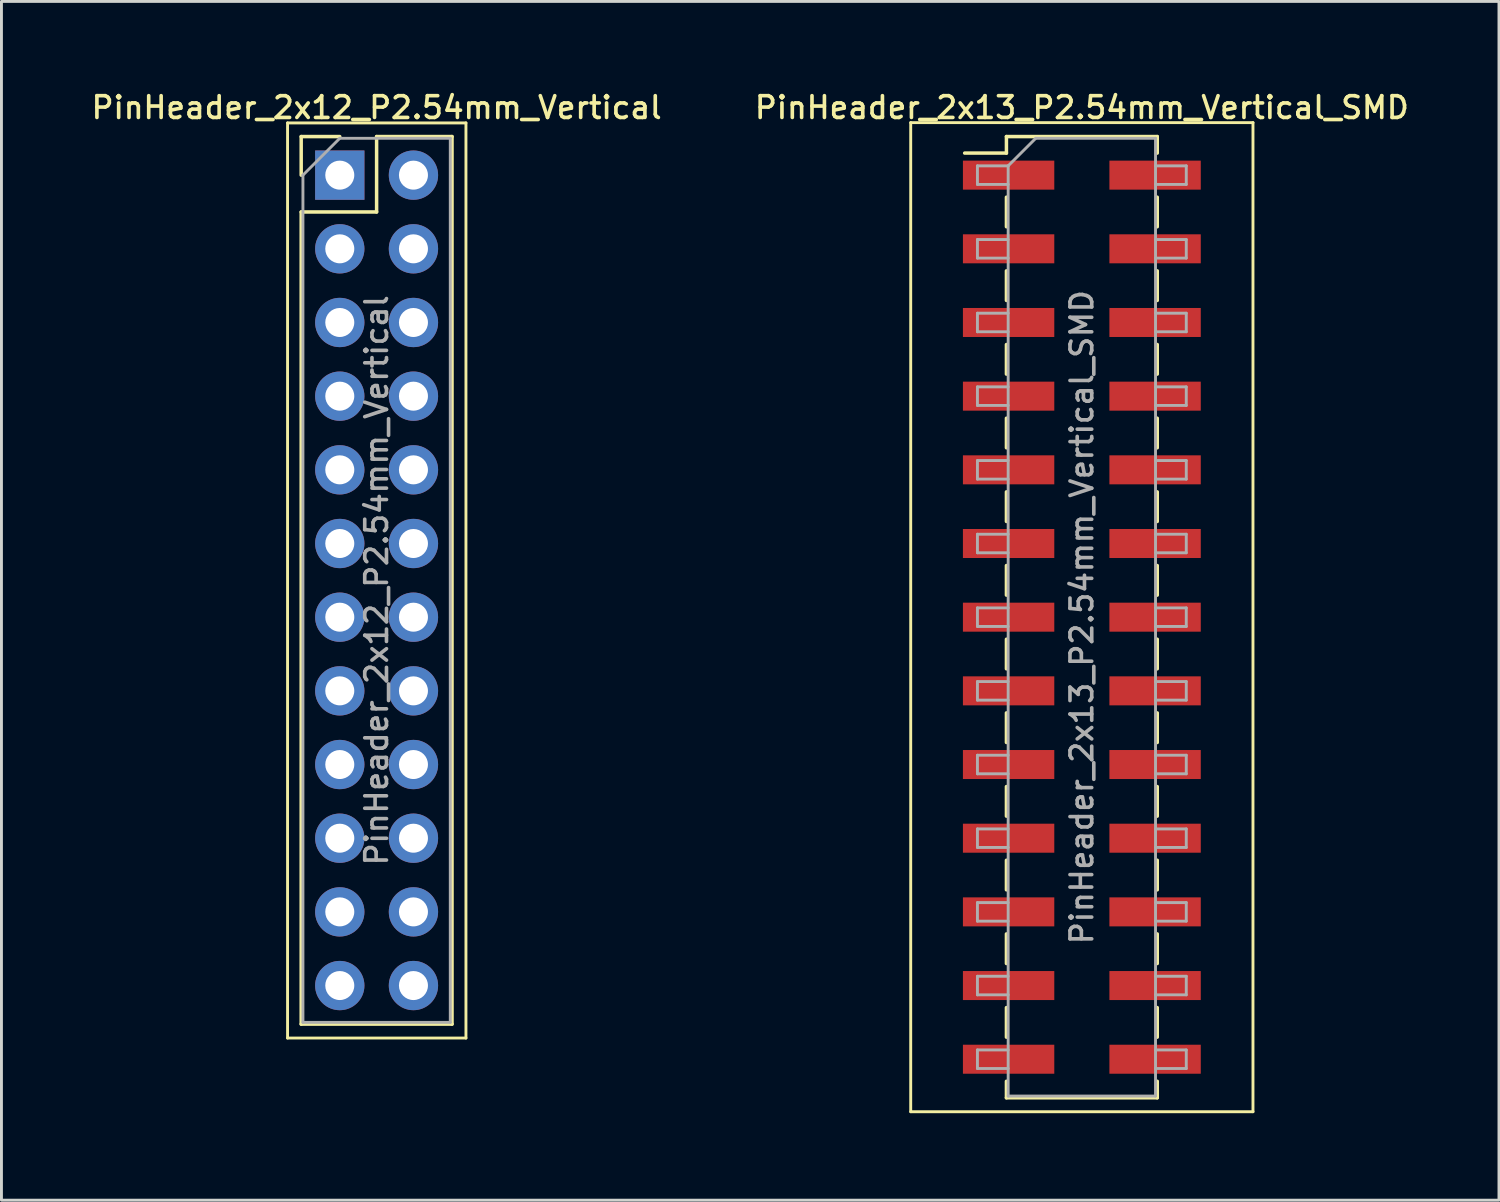
<source format=kicad_pcb>
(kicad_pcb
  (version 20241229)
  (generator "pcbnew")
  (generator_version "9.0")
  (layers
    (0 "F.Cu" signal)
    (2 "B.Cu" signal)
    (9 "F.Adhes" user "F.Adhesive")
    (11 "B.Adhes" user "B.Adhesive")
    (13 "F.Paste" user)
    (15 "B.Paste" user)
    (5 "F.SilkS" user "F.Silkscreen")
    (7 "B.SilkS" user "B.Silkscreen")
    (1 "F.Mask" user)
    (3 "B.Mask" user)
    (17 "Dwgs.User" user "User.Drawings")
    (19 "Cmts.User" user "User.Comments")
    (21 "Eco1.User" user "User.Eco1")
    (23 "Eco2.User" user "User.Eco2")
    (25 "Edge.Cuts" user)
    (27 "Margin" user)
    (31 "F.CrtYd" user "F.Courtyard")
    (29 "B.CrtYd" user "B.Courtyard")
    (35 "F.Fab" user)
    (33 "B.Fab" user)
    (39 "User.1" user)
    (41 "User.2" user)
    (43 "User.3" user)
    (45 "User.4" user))
  (footprint "PinHeader_2x13_P2.54mm_Vertical_SMD"
    (layer "F.Cu")
    (at 34.248 18.228)
    (property "Reference" "PinHeader_2x13_P2.54mm_Vertical_SMD" (at 0 -17.57 0) (layer "F.SilkS") (effects (font (size 0.75 0.75) (thickness 0.125))))
    (attr smd)
    (fp_line (start -5.9 -17.05) (end -5.9 17.05) (stroke (width 0.1) (type solid)) (layer "F.SilkS"))
    (fp_line (start -5.9 17.05) (end 5.9 17.05) (stroke (width 0.1) (type solid)) (layer "F.SilkS"))
    (fp_line (start -4.04 -16) (end -2.6 -16) (stroke (width 0.12) (type solid)) (layer "F.SilkS"))
    (fp_line (start -2.6 -16.57) (end -2.6 -16) (stroke (width 0.12) (type solid)) (layer "F.SilkS"))
    (fp_line (start -2.6 -16.57) (end 2.6 -16.57) (stroke (width 0.12) (type solid)) (layer "F.SilkS"))
    (fp_line (start -2.6 -14.48) (end -2.6 -13.46) (stroke (width 0.12) (type solid)) (layer "F.SilkS"))
    (fp_line (start -2.6 -11.94) (end -2.6 -10.92) (stroke (width 0.12) (type solid)) (layer "F.SilkS"))
    (fp_line (start -2.6 -9.4) (end -2.6 -8.38) (stroke (width 0.12) (type solid)) (layer "F.SilkS"))
    (fp_line (start -2.6 -6.86) (end -2.6 -5.84) (stroke (width 0.12) (type solid)) (layer "F.SilkS"))
    (fp_line (start -2.6 -4.32) (end -2.6 -3.3) (stroke (width 0.12) (type solid)) (layer "F.SilkS"))
    (fp_line (start -2.6 -1.78) (end -2.6 -0.76) (stroke (width 0.12) (type solid)) (layer "F.SilkS"))
    (fp_line (start -2.6 0.76) (end -2.6 1.78) (stroke (width 0.12) (type solid)) (layer "F.SilkS"))
    (fp_line (start -2.6 3.3) (end -2.6 4.32) (stroke (width 0.12) (type solid)) (layer "F.SilkS"))
    (fp_line (start -2.6 5.84) (end -2.6 6.86) (stroke (width 0.12) (type solid)) (layer "F.SilkS"))
    (fp_line (start -2.6 8.38) (end -2.6 9.4) (stroke (width 0.12) (type solid)) (layer "F.SilkS"))
    (fp_line (start -2.6 10.92) (end -2.6 11.94) (stroke (width 0.12) (type solid)) (layer "F.SilkS"))
    (fp_line (start -2.6 13.46) (end -2.6 14.48) (stroke (width 0.12) (type solid)) (layer "F.SilkS"))
    (fp_line (start -2.6 16) (end -2.6 16.57) (stroke (width 0.12) (type solid)) (layer "F.SilkS"))
    (fp_line (start -2.6 16.57) (end 2.6 16.57) (stroke (width 0.12) (type solid)) (layer "F.SilkS"))
    (fp_line (start 2.6 -16.57) (end 2.6 -16) (stroke (width 0.12) (type solid)) (layer "F.SilkS"))
    (fp_line (start 2.6 -14.48) (end 2.6 -13.46) (stroke (width 0.12) (type solid)) (layer "F.SilkS"))
    (fp_line (start 2.6 -11.94) (end 2.6 -10.92) (stroke (width 0.12) (type solid)) (layer "F.SilkS"))
    (fp_line (start 2.6 -9.4) (end 2.6 -8.38) (stroke (width 0.12) (type solid)) (layer "F.SilkS"))
    (fp_line (start 2.6 -6.86) (end 2.6 -5.84) (stroke (width 0.12) (type solid)) (layer "F.SilkS"))
    (fp_line (start 2.6 -4.32) (end 2.6 -3.3) (stroke (width 0.12) (type solid)) (layer "F.SilkS"))
    (fp_line (start 2.6 -1.78) (end 2.6 -0.76) (stroke (width 0.12) (type solid)) (layer "F.SilkS"))
    (fp_line (start 2.6 0.76) (end 2.6 1.78) (stroke (width 0.12) (type solid)) (layer "F.SilkS"))
    (fp_line (start 2.6 3.3) (end 2.6 4.32) (stroke (width 0.12) (type solid)) (layer "F.SilkS"))
    (fp_line (start 2.6 5.84) (end 2.6 6.86) (stroke (width 0.12) (type solid)) (layer "F.SilkS"))
    (fp_line (start 2.6 8.38) (end 2.6 9.4) (stroke (width 0.12) (type solid)) (layer "F.SilkS"))
    (fp_line (start 2.6 10.92) (end 2.6 11.94) (stroke (width 0.12) (type solid)) (layer "F.SilkS"))
    (fp_line (start 2.6 13.46) (end 2.6 14.48) (stroke (width 0.12) (type solid)) (layer "F.SilkS"))
    (fp_line (start 2.6 16) (end 2.6 16.57) (stroke (width 0.12) (type solid)) (layer "F.SilkS"))
    (fp_line (start 5.9 -17.05) (end -5.9 -17.05) (stroke (width 0.1) (type solid)) (layer "F.SilkS"))
    (fp_line (start 5.9 17.05) (end 5.9 -17.05) (stroke (width 0.1) (type solid)) (layer "F.SilkS"))
    (fp_line (start -3.6 -15.56) (end -3.6 -14.92) (stroke (width 0.1) (type solid)) (layer "F.Fab"))
    (fp_line (start -3.6 -14.92) (end -2.54 -14.92) (stroke (width 0.1) (type solid)) (layer "F.Fab"))
    (fp_line (start -3.6 -13.02) (end -3.6 -12.38) (stroke (width 0.1) (type solid)) (layer "F.Fab"))
    (fp_line (start -3.6 -12.38) (end -2.54 -12.38) (stroke (width 0.1) (type solid)) (layer "F.Fab"))
    (fp_line (start -3.6 -10.48) (end -3.6 -9.84) (stroke (width 0.1) (type solid)) (layer "F.Fab"))
    (fp_line (start -3.6 -9.84) (end -2.54 -9.84) (stroke (width 0.1) (type solid)) (layer "F.Fab"))
    (fp_line (start -3.6 -7.94) (end -3.6 -7.3) (stroke (width 0.1) (type solid)) (layer "F.Fab"))
    (fp_line (start -3.6 -7.3) (end -2.54 -7.3) (stroke (width 0.1) (type solid)) (layer "F.Fab"))
    (fp_line (start -3.6 -5.4) (end -3.6 -4.76) (stroke (width 0.1) (type solid)) (layer "F.Fab"))
    (fp_line (start -3.6 -4.76) (end -2.54 -4.76) (stroke (width 0.1) (type solid)) (layer "F.Fab"))
    (fp_line (start -3.6 -2.86) (end -3.6 -2.22) (stroke (width 0.1) (type solid)) (layer "F.Fab"))
    (fp_line (start -3.6 -2.22) (end -2.54 -2.22) (stroke (width 0.1) (type solid)) (layer "F.Fab"))
    (fp_line (start -3.6 -0.32) (end -3.6 0.32) (stroke (width 0.1) (type solid)) (layer "F.Fab"))
    (fp_line (start -3.6 0.32) (end -2.54 0.32) (stroke (width 0.1) (type solid)) (layer "F.Fab"))
    (fp_line (start -3.6 2.22) (end -3.6 2.86) (stroke (width 0.1) (type solid)) (layer "F.Fab"))
    (fp_line (start -3.6 2.86) (end -2.54 2.86) (stroke (width 0.1) (type solid)) (layer "F.Fab"))
    (fp_line (start -3.6 4.76) (end -3.6 5.4) (stroke (width 0.1) (type solid)) (layer "F.Fab"))
    (fp_line (start -3.6 5.4) (end -2.54 5.4) (stroke (width 0.1) (type solid)) (layer "F.Fab"))
    (fp_line (start -3.6 7.3) (end -3.6 7.94) (stroke (width 0.1) (type solid)) (layer "F.Fab"))
    (fp_line (start -3.6 7.94) (end -2.54 7.94) (stroke (width 0.1) (type solid)) (layer "F.Fab"))
    (fp_line (start -3.6 9.84) (end -3.6 10.48) (stroke (width 0.1) (type solid)) (layer "F.Fab"))
    (fp_line (start -3.6 10.48) (end -2.54 10.48) (stroke (width 0.1) (type solid)) (layer "F.Fab"))
    (fp_line (start -3.6 12.38) (end -3.6 13.02) (stroke (width 0.1) (type solid)) (layer "F.Fab"))
    (fp_line (start -3.6 13.02) (end -2.54 13.02) (stroke (width 0.1) (type solid)) (layer "F.Fab"))
    (fp_line (start -3.6 14.92) (end -3.6 15.56) (stroke (width 0.1) (type solid)) (layer "F.Fab"))
    (fp_line (start -3.6 15.56) (end -2.54 15.56) (stroke (width 0.1) (type solid)) (layer "F.Fab"))
    (fp_line (start -2.54 -15.56) (end -3.6 -15.56) (stroke (width 0.1) (type solid)) (layer "F.Fab"))
    (fp_line (start -2.54 -15.56) (end -1.59 -16.51) (stroke (width 0.1) (type solid)) (layer "F.Fab"))
    (fp_line (start -2.54 -13.02) (end -3.6 -13.02) (stroke (width 0.1) (type solid)) (layer "F.Fab"))
    (fp_line (start -2.54 -10.48) (end -3.6 -10.48) (stroke (width 0.1) (type solid)) (layer "F.Fab"))
    (fp_line (start -2.54 -7.94) (end -3.6 -7.94) (stroke (width 0.1) (type solid)) (layer "F.Fab"))
    (fp_line (start -2.54 -5.4) (end -3.6 -5.4) (stroke (width 0.1) (type solid)) (layer "F.Fab"))
    (fp_line (start -2.54 -2.86) (end -3.6 -2.86) (stroke (width 0.1) (type solid)) (layer "F.Fab"))
    (fp_line (start -2.54 -0.32) (end -3.6 -0.32) (stroke (width 0.1) (type solid)) (layer "F.Fab"))
    (fp_line (start -2.54 2.22) (end -3.6 2.22) (stroke (width 0.1) (type solid)) (layer "F.Fab"))
    (fp_line (start -2.54 4.76) (end -3.6 4.76) (stroke (width 0.1) (type solid)) (layer "F.Fab"))
    (fp_line (start -2.54 7.3) (end -3.6 7.3) (stroke (width 0.1) (type solid)) (layer "F.Fab"))
    (fp_line (start -2.54 9.84) (end -3.6 9.84) (stroke (width 0.1) (type solid)) (layer "F.Fab"))
    (fp_line (start -2.54 12.38) (end -3.6 12.38) (stroke (width 0.1) (type solid)) (layer "F.Fab"))
    (fp_line (start -2.54 14.92) (end -3.6 14.92) (stroke (width 0.1) (type solid)) (layer "F.Fab"))
    (fp_line (start -2.54 16.51) (end -2.54 -15.56) (stroke (width 0.1) (type solid)) (layer "F.Fab"))
    (fp_line (start -1.59 -16.51) (end 2.54 -16.51) (stroke (width 0.1) (type solid)) (layer "F.Fab"))
    (fp_line (start 2.54 -16.51) (end 2.54 16.51) (stroke (width 0.1) (type solid)) (layer "F.Fab"))
    (fp_line (start 2.54 -15.56) (end 3.6 -15.56) (stroke (width 0.1) (type solid)) (layer "F.Fab"))
    (fp_line (start 2.54 -13.02) (end 3.6 -13.02) (stroke (width 0.1) (type solid)) (layer "F.Fab"))
    (fp_line (start 2.54 -10.48) (end 3.6 -10.48) (stroke (width 0.1) (type solid)) (layer "F.Fab"))
    (fp_line (start 2.54 -7.94) (end 3.6 -7.94) (stroke (width 0.1) (type solid)) (layer "F.Fab"))
    (fp_line (start 2.54 -5.4) (end 3.6 -5.4) (stroke (width 0.1) (type solid)) (layer "F.Fab"))
    (fp_line (start 2.54 -2.86) (end 3.6 -2.86) (stroke (width 0.1) (type solid)) (layer "F.Fab"))
    (fp_line (start 2.54 -0.32) (end 3.6 -0.32) (stroke (width 0.1) (type solid)) (layer "F.Fab"))
    (fp_line (start 2.54 2.22) (end 3.6 2.22) (stroke (width 0.1) (type solid)) (layer "F.Fab"))
    (fp_line (start 2.54 4.76) (end 3.6 4.76) (stroke (width 0.1) (type solid)) (layer "F.Fab"))
    (fp_line (start 2.54 7.3) (end 3.6 7.3) (stroke (width 0.1) (type solid)) (layer "F.Fab"))
    (fp_line (start 2.54 9.84) (end 3.6 9.84) (stroke (width 0.1) (type solid)) (layer "F.Fab"))
    (fp_line (start 2.54 12.38) (end 3.6 12.38) (stroke (width 0.1) (type solid)) (layer "F.Fab"))
    (fp_line (start 2.54 14.92) (end 3.6 14.92) (stroke (width 0.1) (type solid)) (layer "F.Fab"))
    (fp_line (start 2.54 16.51) (end -2.54 16.51) (stroke (width 0.1) (type solid)) (layer "F.Fab"))
    (fp_line (start 3.6 -15.56) (end 3.6 -14.92) (stroke (width 0.1) (type solid)) (layer "F.Fab"))
    (fp_line (start 3.6 -14.92) (end 2.54 -14.92) (stroke (width 0.1) (type solid)) (layer "F.Fab"))
    (fp_line (start 3.6 -13.02) (end 3.6 -12.38) (stroke (width 0.1) (type solid)) (layer "F.Fab"))
    (fp_line (start 3.6 -12.38) (end 2.54 -12.38) (stroke (width 0.1) (type solid)) (layer "F.Fab"))
    (fp_line (start 3.6 -10.48) (end 3.6 -9.84) (stroke (width 0.1) (type solid)) (layer "F.Fab"))
    (fp_line (start 3.6 -9.84) (end 2.54 -9.84) (stroke (width 0.1) (type solid)) (layer "F.Fab"))
    (fp_line (start 3.6 -7.94) (end 3.6 -7.3) (stroke (width 0.1) (type solid)) (layer "F.Fab"))
    (fp_line (start 3.6 -7.3) (end 2.54 -7.3) (stroke (width 0.1) (type solid)) (layer "F.Fab"))
    (fp_line (start 3.6 -5.4) (end 3.6 -4.76) (stroke (width 0.1) (type solid)) (layer "F.Fab"))
    (fp_line (start 3.6 -4.76) (end 2.54 -4.76) (stroke (width 0.1) (type solid)) (layer "F.Fab"))
    (fp_line (start 3.6 -2.86) (end 3.6 -2.22) (stroke (width 0.1) (type solid)) (layer "F.Fab"))
    (fp_line (start 3.6 -2.22) (end 2.54 -2.22) (stroke (width 0.1) (type solid)) (layer "F.Fab"))
    (fp_line (start 3.6 -0.32) (end 3.6 0.32) (stroke (width 0.1) (type solid)) (layer "F.Fab"))
    (fp_line (start 3.6 0.32) (end 2.54 0.32) (stroke (width 0.1) (type solid)) (layer "F.Fab"))
    (fp_line (start 3.6 2.22) (end 3.6 2.86) (stroke (width 0.1) (type solid)) (layer "F.Fab"))
    (fp_line (start 3.6 2.86) (end 2.54 2.86) (stroke (width 0.1) (type solid)) (layer "F.Fab"))
    (fp_line (start 3.6 4.76) (end 3.6 5.4) (stroke (width 0.1) (type solid)) (layer "F.Fab"))
    (fp_line (start 3.6 5.4) (end 2.54 5.4) (stroke (width 0.1) (type solid)) (layer "F.Fab"))
    (fp_line (start 3.6 7.3) (end 3.6 7.94) (stroke (width 0.1) (type solid)) (layer "F.Fab"))
    (fp_line (start 3.6 7.94) (end 2.54 7.94) (stroke (width 0.1) (type solid)) (layer "F.Fab"))
    (fp_line (start 3.6 9.84) (end 3.6 10.48) (stroke (width 0.1) (type solid)) (layer "F.Fab"))
    (fp_line (start 3.6 10.48) (end 2.54 10.48) (stroke (width 0.1) (type solid)) (layer "F.Fab"))
    (fp_line (start 3.6 12.38) (end 3.6 13.02) (stroke (width 0.1) (type solid)) (layer "F.Fab"))
    (fp_line (start 3.6 13.02) (end 2.54 13.02) (stroke (width 0.1) (type solid)) (layer "F.Fab"))
    (fp_line (start 3.6 14.92) (end 3.6 15.56) (stroke (width 0.1) (type solid)) (layer "F.Fab"))
    (fp_line (start 3.6 15.56) (end 2.54 15.56) (stroke (width 0.1) (type solid)) (layer "F.Fab"))
    (fp_text user "${REFERENCE}" (at 0 0 90) (layer "F.Fab") (effects (font (size 0.75 0.75) (thickness 0.125))))
    (pad "1" smd rect (at -2.525 -15.24) (size 3.15 1) (layers "F.Cu" "F.Mask" "F.Paste"))
    (pad "2" smd rect (at 2.525 -15.24) (size 3.15 1) (layers "F.Cu" "F.Mask" "F.Paste"))
    (pad "3" smd rect (at -2.525 -12.7) (size 3.15 1) (layers "F.Cu" "F.Mask" "F.Paste"))
    (pad "4" smd rect (at 2.525 -12.7) (size 3.15 1) (layers "F.Cu" "F.Mask" "F.Paste"))
    (pad "5" smd rect (at -2.525 -10.16) (size 3.15 1) (layers "F.Cu" "F.Mask" "F.Paste"))
    (pad "6" smd rect (at 2.525 -10.16) (size 3.15 1) (layers "F.Cu" "F.Mask" "F.Paste"))
    (pad "7" smd rect (at -2.525 -7.62) (size 3.15 1) (layers "F.Cu" "F.Mask" "F.Paste"))
    (pad "8" smd rect (at 2.525 -7.62) (size 3.15 1) (layers "F.Cu" "F.Mask" "F.Paste"))
    (pad "9" smd rect (at -2.525 -5.08) (size 3.15 1) (layers "F.Cu" "F.Mask" "F.Paste"))
    (pad "10" smd rect (at 2.525 -5.08) (size 3.15 1) (layers "F.Cu" "F.Mask" "F.Paste"))
    (pad "11" smd rect (at -2.525 -2.54) (size 3.15 1) (layers "F.Cu" "F.Mask" "F.Paste"))
    (pad "12" smd rect (at 2.525 -2.54) (size 3.15 1) (layers "F.Cu" "F.Mask" "F.Paste"))
    (pad "13" smd rect (at -2.525 0) (size 3.15 1) (layers "F.Cu" "F.Mask" "F.Paste"))
    (pad "14" smd rect (at 2.525 0) (size 3.15 1) (layers "F.Cu" "F.Mask" "F.Paste"))
    (pad "15" smd rect (at -2.525 2.54) (size 3.15 1) (layers "F.Cu" "F.Mask" "F.Paste"))
    (pad "16" smd rect (at 2.525 2.54) (size 3.15 1) (layers "F.Cu" "F.Mask" "F.Paste"))
    (pad "17" smd rect (at -2.525 5.08) (size 3.15 1) (layers "F.Cu" "F.Mask" "F.Paste"))
    (pad "18" smd rect (at 2.525 5.08) (size 3.15 1) (layers "F.Cu" "F.Mask" "F.Paste"))
    (pad "19" smd rect (at -2.525 7.62) (size 3.15 1) (layers "F.Cu" "F.Mask" "F.Paste"))
    (pad "20" smd rect (at 2.525 7.62) (size 3.15 1) (layers "F.Cu" "F.Mask" "F.Paste"))
    (pad "21" smd rect (at -2.525 10.16) (size 3.15 1) (layers "F.Cu" "F.Mask" "F.Paste"))
    (pad "22" smd rect (at 2.525 10.16) (size 3.15 1) (layers "F.Cu" "F.Mask" "F.Paste"))
    (pad "23" smd rect (at -2.525 12.7) (size 3.15 1) (layers "F.Cu" "F.Mask" "F.Paste"))
    (pad "24" smd rect (at 2.525 12.7) (size 3.15 1) (layers "F.Cu" "F.Mask" "F.Paste"))
    (pad "25" smd rect (at -2.525 15.24) (size 3.15 1) (layers "F.Cu" "F.Mask" "F.Paste"))
    (pad "26" smd rect (at 2.525 15.24) (size 3.15 1) (layers "F.Cu" "F.Mask" "F.Paste")))
  (footprint "PinHeader_2x12_P2.54mm_Vertical"
    (layer "F.Cu")
    (at 8.664 2.988)
    (property "Reference" "PinHeader_2x12_P2.54mm_Vertical" (at 1.27 -2.33 0) (layer "F.SilkS") (effects (font (size 0.75 0.75) (thickness 0.125))))
    (attr through_hole)
    (fp_line (start -1.8 -1.8) (end -1.8 29.75) (stroke (width 0.1) (type solid)) (layer "F.SilkS"))
    (fp_line (start -1.8 29.75) (end 4.35 29.75) (stroke (width 0.1) (type solid)) (layer "F.SilkS"))
    (fp_line (start -1.33 -1.33) (end 0 -1.33) (stroke (width 0.12) (type solid)) (layer "F.SilkS"))
    (fp_line (start -1.33 0) (end -1.33 -1.33) (stroke (width 0.12) (type solid)) (layer "F.SilkS"))
    (fp_line (start -1.33 1.27) (end -1.33 29.27) (stroke (width 0.12) (type solid)) (layer "F.SilkS"))
    (fp_line (start -1.33 1.27) (end 1.27 1.27) (stroke (width 0.12) (type solid)) (layer "F.SilkS"))
    (fp_line (start -1.33 29.27) (end 3.87 29.27) (stroke (width 0.12) (type solid)) (layer "F.SilkS"))
    (fp_line (start 1.27 -1.33) (end 3.87 -1.33) (stroke (width 0.12) (type solid)) (layer "F.SilkS"))
    (fp_line (start 1.27 1.27) (end 1.27 -1.33) (stroke (width 0.12) (type solid)) (layer "F.SilkS"))
    (fp_line (start 3.87 -1.33) (end 3.87 29.27) (stroke (width 0.12) (type solid)) (layer "F.SilkS"))
    (fp_line (start 4.35 -1.8) (end -1.8 -1.8) (stroke (width 0.1) (type solid)) (layer "F.SilkS"))
    (fp_line (start 4.35 29.75) (end 4.35 -1.8) (stroke (width 0.1) (type solid)) (layer "F.SilkS"))
    (fp_line (start -1.27 0) (end 0 -1.27) (stroke (width 0.1) (type solid)) (layer "F.Fab"))
    (fp_line (start -1.27 29.21) (end -1.27 0) (stroke (width 0.1) (type solid)) (layer "F.Fab"))
    (fp_line (start 0 -1.27) (end 3.81 -1.27) (stroke (width 0.1) (type solid)) (layer "F.Fab"))
    (fp_line (start 3.81 -1.27) (end 3.81 29.21) (stroke (width 0.1) (type solid)) (layer "F.Fab"))
    (fp_line (start 3.81 29.21) (end -1.27 29.21) (stroke (width 0.1) (type solid)) (layer "F.Fab"))
    (fp_text user "${REFERENCE}" (at 1.27 13.97 90) (layer "F.Fab") (effects (font (size 0.75 0.75) (thickness 0.125))))
    (pad "1" thru_hole rect (at 0 0) (size 1.7 1.7) (drill 1) (layers "*.Cu" "*.Mask"))
    (pad "2" thru_hole oval (at 2.54 0) (size 1.7 1.7) (drill 1) (layers "*.Cu" "*.Mask"))
    (pad "3" thru_hole oval (at 0 2.54) (size 1.7 1.7) (drill 1) (layers "*.Cu" "*.Mask"))
    (pad "4" thru_hole oval (at 2.54 2.54) (size 1.7 1.7) (drill 1) (layers "*.Cu" "*.Mask"))
    (pad "5" thru_hole oval (at 0 5.08) (size 1.7 1.7) (drill 1) (layers "*.Cu" "*.Mask"))
    (pad "6" thru_hole oval (at 2.54 5.08) (size 1.7 1.7) (drill 1) (layers "*.Cu" "*.Mask"))
    (pad "7" thru_hole oval (at 0 7.62) (size 1.7 1.7) (drill 1) (layers "*.Cu" "*.Mask"))
    (pad "8" thru_hole oval (at 2.54 7.62) (size 1.7 1.7) (drill 1) (layers "*.Cu" "*.Mask"))
    (pad "9" thru_hole oval (at 0 10.16) (size 1.7 1.7) (drill 1) (layers "*.Cu" "*.Mask"))
    (pad "10" thru_hole oval (at 2.54 10.16) (size 1.7 1.7) (drill 1) (layers "*.Cu" "*.Mask"))
    (pad "11" thru_hole oval (at 0 12.7) (size 1.7 1.7) (drill 1) (layers "*.Cu" "*.Mask"))
    (pad "12" thru_hole oval (at 2.54 12.7) (size 1.7 1.7) (drill 1) (layers "*.Cu" "*.Mask"))
    (pad "13" thru_hole oval (at 0 15.24) (size 1.7 1.7) (drill 1) (layers "*.Cu" "*.Mask"))
    (pad "14" thru_hole oval (at 2.54 15.24) (size 1.7 1.7) (drill 1) (layers "*.Cu" "*.Mask"))
    (pad "15" thru_hole oval (at 0 17.78) (size 1.7 1.7) (drill 1) (layers "*.Cu" "*.Mask"))
    (pad "16" thru_hole oval (at 2.54 17.78) (size 1.7 1.7) (drill 1) (layers "*.Cu" "*.Mask"))
    (pad "17" thru_hole oval (at 0 20.32) (size 1.7 1.7) (drill 1) (layers "*.Cu" "*.Mask"))
    (pad "18" thru_hole oval (at 2.54 20.32) (size 1.7 1.7) (drill 1) (layers "*.Cu" "*.Mask"))
    (pad "19" thru_hole oval (at 0 22.86) (size 1.7 1.7) (drill 1) (layers "*.Cu" "*.Mask"))
    (pad "20" thru_hole oval (at 2.54 22.86) (size 1.7 1.7) (drill 1) (layers "*.Cu" "*.Mask"))
    (pad "21" thru_hole oval (at 0 25.4) (size 1.7 1.7) (drill 1) (layers "*.Cu" "*.Mask"))
    (pad "22" thru_hole oval (at 2.54 25.4) (size 1.7 1.7) (drill 1) (layers "*.Cu" "*.Mask"))
    (pad "23" thru_hole oval (at 0 27.94) (size 1.7 1.7) (drill 1) (layers "*.Cu" "*.Mask"))
    (pad "24" thru_hole oval (at 2.54 27.94) (size 1.7 1.7) (drill 1) (layers "*.Cu" "*.Mask")))
  (gr_rect
    (start -3 -3)
    (end 48.629 38.328)
    (stroke (width 0.1) (type default))
    (fill no)
    (layer "Edge.Cuts")))
</source>
